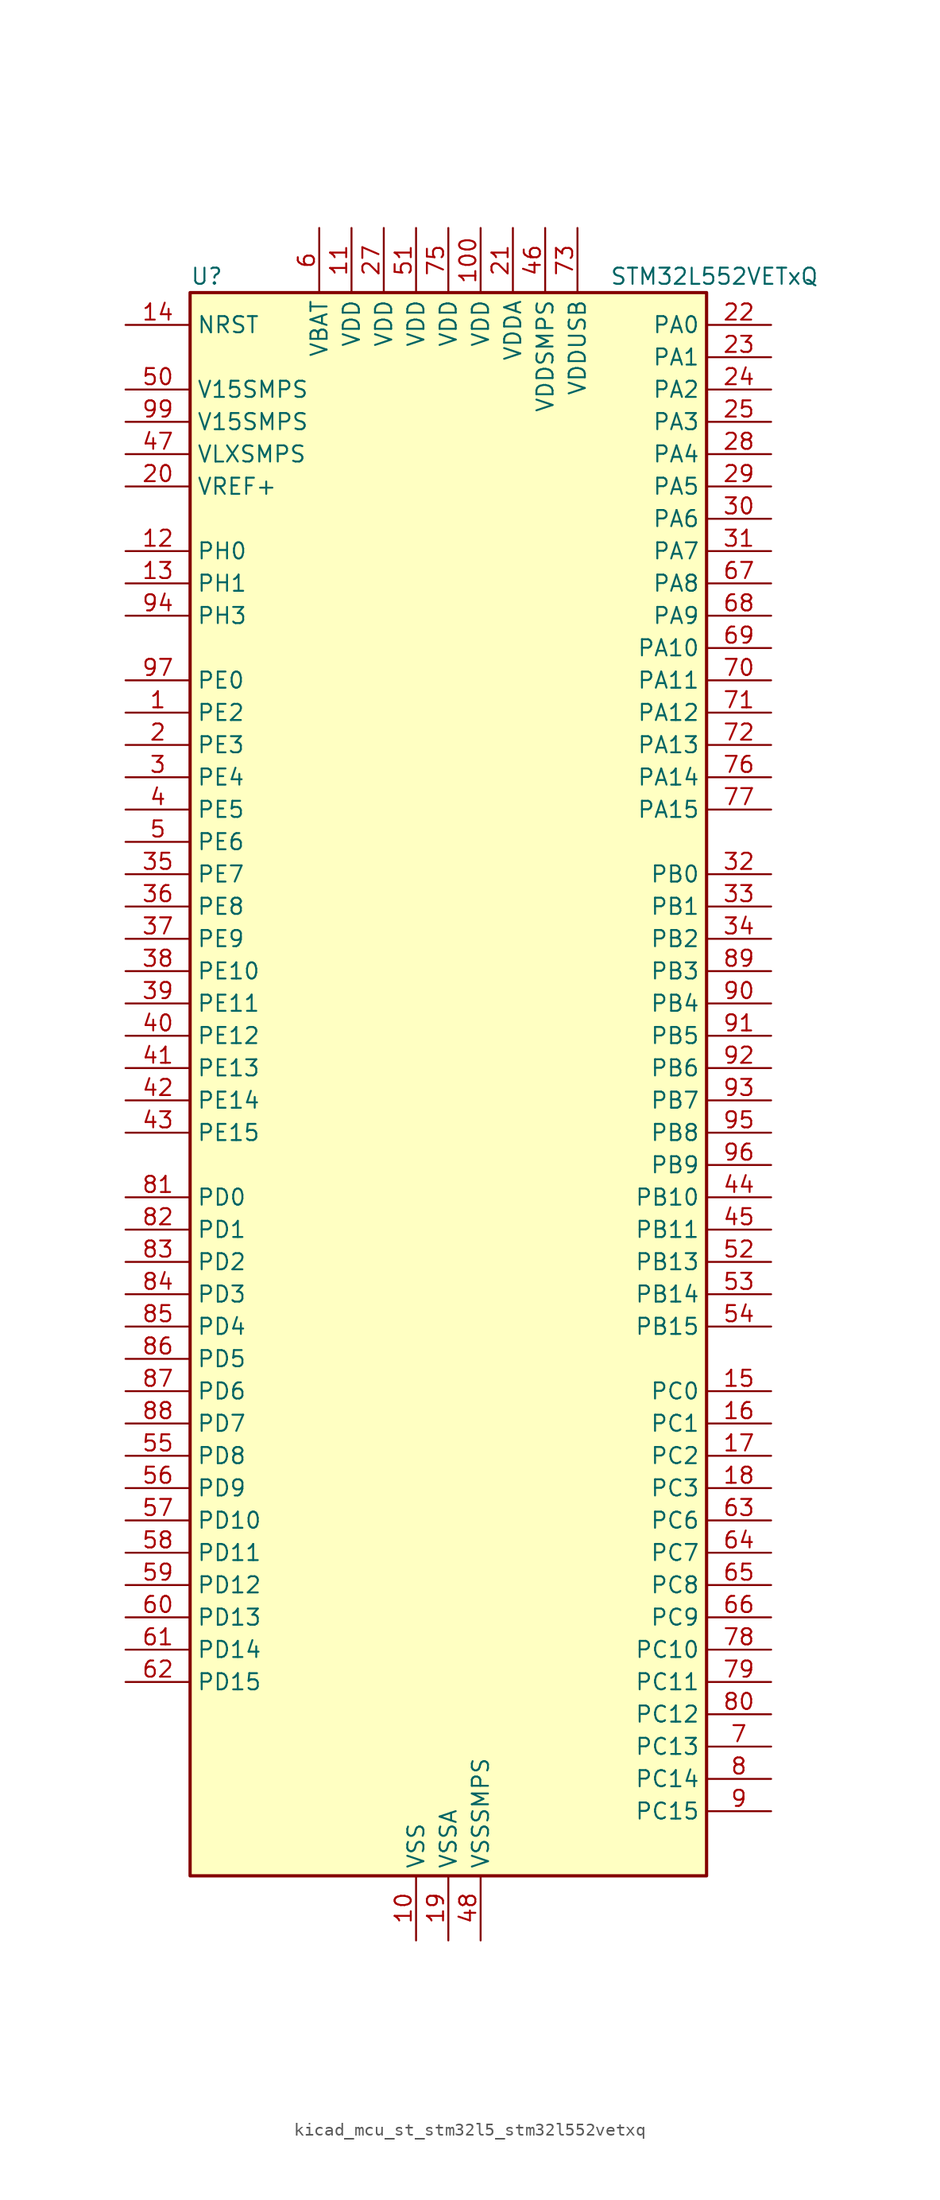
<source format=kicad_sym>
(kicad_symbol_lib
  (version 20220914)
  (generator kicad_symbol_editor)
  (symbol "kicad_mcu_st_stm32l5_stm32l552vetxq"
    (property "Reference" "U"
      (at -20.32 64.77 0)
      (effects (font (size 1.27 1.27)) (justify left)))
    (property "Value" "STM32L552VETxQ"
      (at 12.7 64.77 0)
      (effects (font (size 1.27 1.27)) (justify left)))
    (property "ki_locked" ""
      (at 0 0 0)
      (effects (font (size 1.27 1.27))))
    (symbol "kicad_mcu_st_stm32l5_stm32l552vetxq_0_1"
      (rectangle (start -20.32 -60.96) (end 20.32 63.5) (stroke (width 0.254) (type default)) (fill (type background))))
    (symbol "kicad_mcu_st_stm32l5_stm32l552vetxq_1_1"
      (pin bidirectional line (at -25.4 30.48 0) (length 5.08) (name "PE2" (effects (font (size 1.27 1.27)))) (number "1" (effects (font (size 1.27 1.27)))) (alternate "DEBUG_TRACECLK" bidirectional line) (alternate "FMC_A23" bidirectional line) (alternate "SAI1_CK1" bidirectional line) (alternate "SAI1_MCLK_A" bidirectional line) (alternate "TIM3_ETR" bidirectional line) (alternate "TSC_G7_IO1" bidirectional line))
      (pin power_in line (at -2.54 -66.04 90) (length 5.08) (name "VSS" (effects (font (size 1.27 1.27)))) (number "10" (effects (font (size 1.27 1.27)))))
      (pin power_in line (at 2.54 68.58 270) (length 5.08) (name "VDD" (effects (font (size 1.27 1.27)))) (number "100" (effects (font (size 1.27 1.27)))))
      (pin power_in line (at -7.62 68.58 270) (length 5.08) (name "VDD" (effects (font (size 1.27 1.27)))) (number "11" (effects (font (size 1.27 1.27)))))
      (pin bidirectional line (at -25.4 43.18 0) (length 5.08) (name "PH0" (effects (font (size 1.27 1.27)))) (number "12" (effects (font (size 1.27 1.27)))) (alternate "RCC_OSC_IN" bidirectional line))
      (pin bidirectional line (at -25.4 40.64 0) (length 5.08) (name "PH1" (effects (font (size 1.27 1.27)))) (number "13" (effects (font (size 1.27 1.27)))) (alternate "RCC_OSC_OUT" bidirectional line))
      (pin input line (at -25.4 60.96 0) (length 5.08) (name "NRST" (effects (font (size 1.27 1.27)))) (number "14" (effects (font (size 1.27 1.27)))))
      (pin bidirectional line (at 25.4 -22.86 180) (length 5.08) (name "PC0" (effects (font (size 1.27 1.27)))) (number "15" (effects (font (size 1.27 1.27)))) (alternate "ADC1_IN1" bidirectional line) (alternate "ADC2_IN1" bidirectional line) (alternate "I2C3_SCL" bidirectional line) (alternate "LPTIM1_IN1" bidirectional line) (alternate "LPTIM2_IN1" bidirectional line) (alternate "LPUART1_RX" bidirectional line) (alternate "OCTOSPI1_IO7" bidirectional line) (alternate "SAI2_FS_A" bidirectional line) (alternate "SDMMC1_D5" bidirectional line))
      (pin bidirectional line (at 25.4 -25.4 180) (length 5.08) (name "PC1" (effects (font (size 1.27 1.27)))) (number "16" (effects (font (size 1.27 1.27)))) (alternate "ADC1_IN2" bidirectional line) (alternate "ADC2_IN2" bidirectional line) (alternate "DEBUG_TRACED0" bidirectional line) (alternate "I2C3_SDA" bidirectional line) (alternate "LPTIM1_OUT" bidirectional line) (alternate "LPUART1_TX" bidirectional line) (alternate "OCTOSPI1_IO4" bidirectional line) (alternate "SAI1_SD_A" bidirectional line) (alternate "SPI2_MOSI" bidirectional line))
      (pin bidirectional line (at 25.4 -27.94 180) (length 5.08) (name "PC2" (effects (font (size 1.27 1.27)))) (number "17" (effects (font (size 1.27 1.27)))) (alternate "ADC1_IN3" bidirectional line) (alternate "ADC2_IN3" bidirectional line) (alternate "DFSDM1_CKOUT" bidirectional line) (alternate "LPTIM1_IN2" bidirectional line) (alternate "OCTOSPI1_IO5" bidirectional line) (alternate "SPI2_MISO" bidirectional line))
      (pin bidirectional line (at 25.4 -30.48 180) (length 5.08) (name "PC3" (effects (font (size 1.27 1.27)))) (number "18" (effects (font (size 1.27 1.27)))) (alternate "ADC1_IN4" bidirectional line) (alternate "ADC2_IN4" bidirectional line) (alternate "LPTIM1_ETR" bidirectional line) (alternate "LPTIM2_ETR" bidirectional line) (alternate "LPTIM3_OUT" bidirectional line) (alternate "OCTOSPI1_IO6" bidirectional line) (alternate "SAI1_D1" bidirectional line) (alternate "SAI1_SD_A" bidirectional line) (alternate "SPI2_MOSI" bidirectional line))
      (pin power_in line (at 0 -66.04 90) (length 5.08) (name "VSSA" (effects (font (size 1.27 1.27)))) (number "19" (effects (font (size 1.27 1.27)))))
      (pin bidirectional line (at -25.4 27.94 0) (length 5.08) (name "PE3" (effects (font (size 1.27 1.27)))) (number "2" (effects (font (size 1.27 1.27)))) (alternate "DEBUG_TRACED0" bidirectional line) (alternate "FMC_A19" bidirectional line) (alternate "OCTOSPI1_DQS" bidirectional line) (alternate "SAI1_SD_B" bidirectional line) (alternate "TIM3_CH1" bidirectional line) (alternate "TSC_G7_IO2" bidirectional line))
      (pin input line (at -25.4 48.26 0) (length 5.08) (name "VREF+" (effects (font (size 1.27 1.27)))) (number "20" (effects (font (size 1.27 1.27)))))
      (pin power_in line (at 5.08 68.58 270) (length 5.08) (name "VDDA" (effects (font (size 1.27 1.27)))) (number "21" (effects (font (size 1.27 1.27)))))
      (pin bidirectional line (at 25.4 60.96 180) (length 5.08) (name "PA0" (effects (font (size 1.27 1.27)))) (number "22" (effects (font (size 1.27 1.27)))) (alternate "ADC1_IN5" bidirectional line) (alternate "ADC2_IN5" bidirectional line) (alternate "OPAMP1_VINP" bidirectional line) (alternate "PWR_WKUP1" bidirectional line) (alternate "SAI1_EXTCLK" bidirectional line) (alternate "TAMP_IN2" bidirectional line) (alternate "TAMP_OUT1" bidirectional line) (alternate "TIM2_CH1" bidirectional line) (alternate "TIM2_ETR" bidirectional line) (alternate "TIM5_CH1" bidirectional line) (alternate "TIM8_ETR" bidirectional line) (alternate "UART4_TX" bidirectional line) (alternate "USART2_CTS" bidirectional line) (alternate "USART2_NSS" bidirectional line))
      (pin bidirectional line (at 25.4 58.42 180) (length 5.08) (name "PA1" (effects (font (size 1.27 1.27)))) (number "23" (effects (font (size 1.27 1.27)))) (alternate "ADC1_IN6" bidirectional line) (alternate "ADC2_IN6" bidirectional line) (alternate "I2C1_SMBA" bidirectional line) (alternate "OCTOSPI1_DQS" bidirectional line) (alternate "OPAMP1_VINM" bidirectional line) (alternate "SPI1_SCK" bidirectional line) (alternate "TAMP_IN5" bidirectional line) (alternate "TAMP_OUT4" bidirectional line) (alternate "TIM15_CH1N" bidirectional line) (alternate "TIM2_CH2" bidirectional line) (alternate "TIM5_CH2" bidirectional line) (alternate "UART4_RX" bidirectional line) (alternate "USART2_DE" bidirectional line) (alternate "USART2_RTS" bidirectional line))
      (pin bidirectional line (at 25.4 55.88 180) (length 5.08) (name "PA2" (effects (font (size 1.27 1.27)))) (number "24" (effects (font (size 1.27 1.27)))) (alternate "ADC1_IN7" bidirectional line) (alternate "ADC2_IN7" bidirectional line) (alternate "COMP1_INP" bidirectional line) (alternate "LPUART1_TX" bidirectional line) (alternate "OCTOSPI1_NCS" bidirectional line) (alternate "PWR_WKUP4" bidirectional line) (alternate "RCC_LSCO" bidirectional line) (alternate "SAI2_EXTCLK" bidirectional line) (alternate "TIM15_CH1" bidirectional line) (alternate "TIM2_CH3" bidirectional line) (alternate "TIM5_CH3" bidirectional line) (alternate "UCPD1_FRSTX1" bidirectional line) (alternate "USART2_TX" bidirectional line))
      (pin bidirectional line (at 25.4 53.34 180) (length 5.08) (name "PA3" (effects (font (size 1.27 1.27)))) (number "25" (effects (font (size 1.27 1.27)))) (alternate "ADC1_IN8" bidirectional line) (alternate "ADC2_IN8" bidirectional line) (alternate "LPUART1_RX" bidirectional line) (alternate "OCTOSPI1_CLK" bidirectional line) (alternate "OPAMP1_VOUT" bidirectional line) (alternate "SAI1_CK1" bidirectional line) (alternate "SAI1_MCLK_A" bidirectional line) (alternate "TIM15_CH2" bidirectional line) (alternate "TIM2_CH4" bidirectional line) (alternate "TIM5_CH4" bidirectional line) (alternate "USART2_RX" bidirectional line))
      (pin passive line (at -2.54 -66.04 90) (length 5.08) hide (name "VSS" (effects (font (size 1.27 1.27)))) (number "26" (effects (font (size 1.27 1.27)))))
      (pin power_in line (at -5.08 68.58 270) (length 5.08) (name "VDD" (effects (font (size 1.27 1.27)))) (number "27" (effects (font (size 1.27 1.27)))))
      (pin bidirectional line (at 25.4 50.8 180) (length 5.08) (name "PA4" (effects (font (size 1.27 1.27)))) (number "28" (effects (font (size 1.27 1.27)))) (alternate "ADC1_IN9" bidirectional line) (alternate "ADC2_IN9" bidirectional line) (alternate "DAC1_OUT1" bidirectional line) (alternate "LPTIM2_OUT" bidirectional line) (alternate "OCTOSPI1_NCS" bidirectional line) (alternate "SAI1_FS_B" bidirectional line) (alternate "SPI1_NSS" bidirectional line) (alternate "SPI3_NSS" bidirectional line) (alternate "USART2_CK" bidirectional line))
      (pin bidirectional line (at 25.4 48.26 180) (length 5.08) (name "PA5" (effects (font (size 1.27 1.27)))) (number "29" (effects (font (size 1.27 1.27)))) (alternate "ADC1_IN10" bidirectional line) (alternate "ADC2_IN10" bidirectional line) (alternate "DAC1_OUT2" bidirectional line) (alternate "LPTIM2_ETR" bidirectional line) (alternate "SPI1_SCK" bidirectional line) (alternate "TIM2_CH1" bidirectional line) (alternate "TIM2_ETR" bidirectional line) (alternate "TIM8_CH1N" bidirectional line))
      (pin bidirectional line (at -25.4 25.4 0) (length 5.08) (name "PE4" (effects (font (size 1.27 1.27)))) (number "3" (effects (font (size 1.27 1.27)))) (alternate "DEBUG_TRACED1" bidirectional line) (alternate "DFSDM1_DATIN3" bidirectional line) (alternate "FMC_A20" bidirectional line) (alternate "SAI1_D2" bidirectional line) (alternate "SAI1_FS_A" bidirectional line) (alternate "TIM3_CH2" bidirectional line) (alternate "TSC_G7_IO3" bidirectional line))
      (pin bidirectional line (at 25.4 45.72 180) (length 5.08) (name "PA6" (effects (font (size 1.27 1.27)))) (number "30" (effects (font (size 1.27 1.27)))) (alternate "ADC1_IN11" bidirectional line) (alternate "ADC2_IN11" bidirectional line) (alternate "LPUART1_CTS" bidirectional line) (alternate "OCTOSPI1_IO3" bidirectional line) (alternate "OPAMP2_VINP" bidirectional line) (alternate "SPI1_MISO" bidirectional line) (alternate "TIM16_CH1" bidirectional line) (alternate "TIM1_BKIN" bidirectional line) (alternate "TIM3_CH1" bidirectional line) (alternate "TIM8_BKIN" bidirectional line) (alternate "USART3_CTS" bidirectional line) (alternate "USART3_NSS" bidirectional line))
      (pin bidirectional line (at 25.4 43.18 180) (length 5.08) (name "PA7" (effects (font (size 1.27 1.27)))) (number "31" (effects (font (size 1.27 1.27)))) (alternate "ADC1_IN12" bidirectional line) (alternate "ADC2_IN12" bidirectional line) (alternate "I2C3_SCL" bidirectional line) (alternate "OCTOSPI1_IO2" bidirectional line) (alternate "OPAMP2_VINM" bidirectional line) (alternate "SPI1_MOSI" bidirectional line) (alternate "TIM17_CH1" bidirectional line) (alternate "TIM1_CH1N" bidirectional line) (alternate "TIM3_CH2" bidirectional line) (alternate "TIM8_CH1N" bidirectional line))
      (pin bidirectional line (at 25.4 17.78 180) (length 5.08) (name "PB0" (effects (font (size 1.27 1.27)))) (number "32" (effects (font (size 1.27 1.27)))) (alternate "ADC1_IN15" bidirectional line) (alternate "ADC2_IN15" bidirectional line) (alternate "COMP1_OUT" bidirectional line) (alternate "OCTOSPI1_IO1" bidirectional line) (alternate "OPAMP2_VOUT" bidirectional line) (alternate "SAI1_EXTCLK" bidirectional line) (alternate "SPI1_NSS" bidirectional line) (alternate "TIM1_CH2N" bidirectional line) (alternate "TIM3_CH3" bidirectional line) (alternate "TIM8_CH2N" bidirectional line) (alternate "USART3_CK" bidirectional line))
      (pin bidirectional line (at 25.4 15.24 180) (length 5.08) (name "PB1" (effects (font (size 1.27 1.27)))) (number "33" (effects (font (size 1.27 1.27)))) (alternate "ADC1_IN16" bidirectional line) (alternate "ADC2_IN16" bidirectional line) (alternate "COMP1_INM" bidirectional line) (alternate "DFSDM1_DATIN0" bidirectional line) (alternate "LPTIM2_IN1" bidirectional line) (alternate "LPUART1_DE" bidirectional line) (alternate "LPUART1_RTS" bidirectional line) (alternate "OCTOSPI1_IO0" bidirectional line) (alternate "TIM1_CH3N" bidirectional line) (alternate "TIM3_CH4" bidirectional line) (alternate "TIM8_CH3N" bidirectional line) (alternate "USART3_DE" bidirectional line) (alternate "USART3_RTS" bidirectional line))
      (pin bidirectional line (at 25.4 12.7 180) (length 5.08) (name "PB2" (effects (font (size 1.27 1.27)))) (number "34" (effects (font (size 1.27 1.27)))) (alternate "COMP1_INP" bidirectional line) (alternate "DFSDM1_CKIN0" bidirectional line) (alternate "I2C3_SMBA" bidirectional line) (alternate "LPTIM1_OUT" bidirectional line) (alternate "OCTOSPI1_DQS" bidirectional line) (alternate "RTC_OUT2" bidirectional line) (alternate "UCPD1_FRSTX1" bidirectional line))
      (pin bidirectional line (at -25.4 17.78 0) (length 5.08) (name "PE7" (effects (font (size 1.27 1.27)))) (number "35" (effects (font (size 1.27 1.27)))) (alternate "DFSDM1_DATIN2" bidirectional line) (alternate "FMC_D4" bidirectional line) (alternate "FMC_DA4" bidirectional line) (alternate "SAI1_SD_B" bidirectional line) (alternate "TIM1_ETR" bidirectional line))
      (pin bidirectional line (at -25.4 15.24 0) (length 5.08) (name "PE8" (effects (font (size 1.27 1.27)))) (number "36" (effects (font (size 1.27 1.27)))) (alternate "DFSDM1_CKIN2" bidirectional line) (alternate "FMC_D5" bidirectional line) (alternate "FMC_DA5" bidirectional line) (alternate "SAI1_SCK_B" bidirectional line) (alternate "TIM1_CH1N" bidirectional line))
      (pin bidirectional line (at -25.4 12.7 0) (length 5.08) (name "PE9" (effects (font (size 1.27 1.27)))) (number "37" (effects (font (size 1.27 1.27)))) (alternate "DAC1_EXTI9" bidirectional line) (alternate "DFSDM1_CKOUT" bidirectional line) (alternate "FMC_D6" bidirectional line) (alternate "FMC_DA6" bidirectional line) (alternate "OCTOSPI1_NCLK" bidirectional line) (alternate "SAI1_FS_B" bidirectional line) (alternate "TIM1_CH1" bidirectional line))
      (pin bidirectional line (at -25.4 10.16 0) (length 5.08) (name "PE10" (effects (font (size 1.27 1.27)))) (number "38" (effects (font (size 1.27 1.27)))) (alternate "FMC_D7" bidirectional line) (alternate "FMC_DA7" bidirectional line) (alternate "OCTOSPI1_CLK" bidirectional line) (alternate "SAI1_MCLK_B" bidirectional line) (alternate "TIM1_CH2N" bidirectional line) (alternate "TSC_G5_IO1" bidirectional line))
      (pin bidirectional line (at -25.4 7.62 0) (length 5.08) (name "PE11" (effects (font (size 1.27 1.27)))) (number "39" (effects (font (size 1.27 1.27)))) (alternate "ADC1_EXTI11" bidirectional line) (alternate "ADC2_EXTI11" bidirectional line) (alternate "FMC_D8" bidirectional line) (alternate "FMC_DA8" bidirectional line) (alternate "OCTOSPI1_NCS" bidirectional line) (alternate "TIM1_CH2" bidirectional line) (alternate "TSC_G5_IO2" bidirectional line))
      (pin bidirectional line (at -25.4 22.86 0) (length 5.08) (name "PE5" (effects (font (size 1.27 1.27)))) (number "4" (effects (font (size 1.27 1.27)))) (alternate "DEBUG_TRACED2" bidirectional line) (alternate "DFSDM1_CKIN3" bidirectional line) (alternate "FMC_A21" bidirectional line) (alternate "SAI1_CK2" bidirectional line) (alternate "SAI1_SCK_A" bidirectional line) (alternate "TIM3_CH3" bidirectional line) (alternate "TSC_G7_IO4" bidirectional line))
      (pin bidirectional line (at -25.4 5.08 0) (length 5.08) (name "PE12" (effects (font (size 1.27 1.27)))) (number "40" (effects (font (size 1.27 1.27)))) (alternate "FMC_D9" bidirectional line) (alternate "FMC_DA9" bidirectional line) (alternate "OCTOSPI1_IO0" bidirectional line) (alternate "SPI1_NSS" bidirectional line) (alternate "TIM1_CH3N" bidirectional line) (alternate "TSC_G5_IO3" bidirectional line))
      (pin bidirectional line (at -25.4 2.54 0) (length 5.08) (name "PE13" (effects (font (size 1.27 1.27)))) (number "41" (effects (font (size 1.27 1.27)))) (alternate "FMC_D10" bidirectional line) (alternate "FMC_DA10" bidirectional line) (alternate "OCTOSPI1_IO1" bidirectional line) (alternate "SPI1_SCK" bidirectional line) (alternate "TIM1_CH3" bidirectional line) (alternate "TSC_G5_IO4" bidirectional line))
      (pin bidirectional line (at -25.4 0 0) (length 5.08) (name "PE14" (effects (font (size 1.27 1.27)))) (number "42" (effects (font (size 1.27 1.27)))) (alternate "FMC_D11" bidirectional line) (alternate "FMC_DA11" bidirectional line) (alternate "OCTOSPI1_IO2" bidirectional line) (alternate "SPI1_MISO" bidirectional line) (alternate "TIM1_BKIN2" bidirectional line) (alternate "TIM1_CH4" bidirectional line))
      (pin bidirectional line (at -25.4 -2.54 0) (length 5.08) (name "PE15" (effects (font (size 1.27 1.27)))) (number "43" (effects (font (size 1.27 1.27)))) (alternate "ADC1_EXTI15" bidirectional line) (alternate "ADC2_EXTI15" bidirectional line) (alternate "FMC_D12" bidirectional line) (alternate "FMC_DA12" bidirectional line) (alternate "OCTOSPI1_IO3" bidirectional line) (alternate "SPI1_MOSI" bidirectional line) (alternate "TIM1_BKIN" bidirectional line))
      (pin bidirectional line (at 25.4 -7.62 180) (length 5.08) (name "PB10" (effects (font (size 1.27 1.27)))) (number "44" (effects (font (size 1.27 1.27)))) (alternate "COMP1_OUT" bidirectional line) (alternate "I2C2_SCL" bidirectional line) (alternate "I2C4_SCL" bidirectional line) (alternate "LPTIM3_OUT" bidirectional line) (alternate "LPUART1_RX" bidirectional line) (alternate "OCTOSPI1_CLK" bidirectional line) (alternate "SAI1_SCK_A" bidirectional line) (alternate "SPI2_SCK" bidirectional line) (alternate "TIM2_CH3" bidirectional line) (alternate "TSC_SYNC" bidirectional line) (alternate "USART3_TX" bidirectional line))
      (pin bidirectional line (at 25.4 -10.16 180) (length 5.08) (name "PB11" (effects (font (size 1.27 1.27)))) (number "45" (effects (font (size 1.27 1.27)))) (alternate "ADC1_EXTI11" bidirectional line) (alternate "ADC2_EXTI11" bidirectional line) (alternate "COMP2_OUT" bidirectional line) (alternate "I2C2_SDA" bidirectional line) (alternate "I2C4_SDA" bidirectional line) (alternate "LPUART1_TX" bidirectional line) (alternate "OCTOSPI1_NCS" bidirectional line) (alternate "TIM2_CH4" bidirectional line) (alternate "USART3_RX" bidirectional line))
      (pin power_in line (at 7.62 68.58 270) (length 5.08) (name "VDDSMPS" (effects (font (size 1.27 1.27)))) (number "46" (effects (font (size 1.27 1.27)))))
      (pin power_in line (at -25.4 50.8 0) (length 5.08) (name "VLXSMPS" (effects (font (size 1.27 1.27)))) (number "47" (effects (font (size 1.27 1.27)))))
      (pin power_in line (at 2.54 -66.04 90) (length 5.08) (name "VSSSMPS" (effects (font (size 1.27 1.27)))) (number "48" (effects (font (size 1.27 1.27)))))
      (pin passive line (at -2.54 -66.04 90) (length 5.08) hide (name "VSS" (effects (font (size 1.27 1.27)))) (number "49" (effects (font (size 1.27 1.27)))))
      (pin bidirectional line (at -25.4 20.32 0) (length 5.08) (name "PE6" (effects (font (size 1.27 1.27)))) (number "5" (effects (font (size 1.27 1.27)))) (alternate "DEBUG_TRACED3" bidirectional line) (alternate "FMC_A22" bidirectional line) (alternate "PWR_WKUP3" bidirectional line) (alternate "SAI1_D1" bidirectional line) (alternate "SAI1_SD_A" bidirectional line) (alternate "TAMP_IN3" bidirectional line) (alternate "TAMP_OUT6" bidirectional line) (alternate "TIM3_CH4" bidirectional line))
      (pin power_in line (at -25.4 55.88 0) (length 5.08) (name "V15SMPS" (effects (font (size 1.27 1.27)))) (number "50" (effects (font (size 1.27 1.27)))))
      (pin power_in line (at -2.54 68.58 270) (length 5.08) (name "VDD" (effects (font (size 1.27 1.27)))) (number "51" (effects (font (size 1.27 1.27)))))
      (pin bidirectional line (at 25.4 -12.7 180) (length 5.08) (name "PB13" (effects (font (size 1.27 1.27)))) (number "52" (effects (font (size 1.27 1.27)))) (alternate "DFSDM1_CKIN1" bidirectional line) (alternate "I2C2_SCL" bidirectional line) (alternate "LPTIM3_IN1" bidirectional line) (alternate "LPUART1_CTS" bidirectional line) (alternate "SAI2_SCK_A" bidirectional line) (alternate "SPI2_SCK" bidirectional line) (alternate "TIM15_CH1N" bidirectional line) (alternate "TIM1_CH1N" bidirectional line) (alternate "TSC_G1_IO2" bidirectional line) (alternate "UCPD1_FRSTX2" bidirectional line) (alternate "USART3_CTS" bidirectional line) (alternate "USART3_NSS" bidirectional line))
      (pin bidirectional line (at 25.4 -15.24 180) (length 5.08) (name "PB14" (effects (font (size 1.27 1.27)))) (number "53" (effects (font (size 1.27 1.27)))) (alternate "DFSDM1_DATIN2" bidirectional line) (alternate "I2C2_SDA" bidirectional line) (alternate "LPTIM3_ETR" bidirectional line) (alternate "SAI2_MCLK_A" bidirectional line) (alternate "SPI2_MISO" bidirectional line) (alternate "TIM15_CH1" bidirectional line) (alternate "TIM1_CH2N" bidirectional line) (alternate "TIM8_CH2N" bidirectional line) (alternate "TSC_G1_IO3" bidirectional line) (alternate "UCPD1_DBCC2" bidirectional line) (alternate "USART3_DE" bidirectional line) (alternate "USART3_RTS" bidirectional line))
      (pin bidirectional line (at 25.4 -17.78 180) (length 5.08) (name "PB15" (effects (font (size 1.27 1.27)))) (number "54" (effects (font (size 1.27 1.27)))) (alternate "ADC1_EXTI15" bidirectional line) (alternate "ADC2_EXTI15" bidirectional line) (alternate "DFSDM1_CKIN2" bidirectional line) (alternate "RTC_REFIN" bidirectional line) (alternate "SAI2_SD_A" bidirectional line) (alternate "SPI2_MOSI" bidirectional line) (alternate "TIM15_CH2" bidirectional line) (alternate "TIM1_CH3N" bidirectional line) (alternate "TIM8_CH3N" bidirectional line) (alternate "UCPD1_CC2" bidirectional line))
      (pin bidirectional line (at -25.4 -27.94 0) (length 5.08) (name "PD8" (effects (font (size 1.27 1.27)))) (number "55" (effects (font (size 1.27 1.27)))) (alternate "FMC_D13" bidirectional line) (alternate "FMC_DA13" bidirectional line) (alternate "USART3_TX" bidirectional line))
      (pin bidirectional line (at -25.4 -30.48 0) (length 5.08) (name "PD9" (effects (font (size 1.27 1.27)))) (number "56" (effects (font (size 1.27 1.27)))) (alternate "DAC1_EXTI9" bidirectional line) (alternate "FMC_D14" bidirectional line) (alternate "FMC_DA14" bidirectional line) (alternate "SAI2_MCLK_A" bidirectional line) (alternate "USART3_RX" bidirectional line))
      (pin bidirectional line (at -25.4 -33.02 0) (length 5.08) (name "PD10" (effects (font (size 1.27 1.27)))) (number "57" (effects (font (size 1.27 1.27)))) (alternate "FMC_D15" bidirectional line) (alternate "FMC_DA15" bidirectional line) (alternate "SAI2_SCK_A" bidirectional line) (alternate "TSC_G6_IO1" bidirectional line) (alternate "USART3_CK" bidirectional line))
      (pin bidirectional line (at -25.4 -35.56 0) (length 5.08) (name "PD11" (effects (font (size 1.27 1.27)))) (number "58" (effects (font (size 1.27 1.27)))) (alternate "ADC1_EXTI11" bidirectional line) (alternate "ADC2_EXTI11" bidirectional line) (alternate "FMC_A16" bidirectional line) (alternate "FMC_CLE" bidirectional line) (alternate "I2C4_SMBA" bidirectional line) (alternate "LPTIM2_ETR" bidirectional line) (alternate "SAI2_SD_A" bidirectional line) (alternate "TSC_G6_IO2" bidirectional line) (alternate "USART3_CTS" bidirectional line) (alternate "USART3_NSS" bidirectional line))
      (pin bidirectional line (at -25.4 -38.1 0) (length 5.08) (name "PD12" (effects (font (size 1.27 1.27)))) (number "59" (effects (font (size 1.27 1.27)))) (alternate "FMC_A17" bidirectional line) (alternate "FMC_ALE" bidirectional line) (alternate "I2C4_SCL" bidirectional line) (alternate "LPTIM2_IN1" bidirectional line) (alternate "SAI2_FS_A" bidirectional line) (alternate "TIM4_CH1" bidirectional line) (alternate "TSC_G6_IO3" bidirectional line) (alternate "USART3_DE" bidirectional line) (alternate "USART3_RTS" bidirectional line))
      (pin power_in line (at -10.16 68.58 270) (length 5.08) (name "VBAT" (effects (font (size 1.27 1.27)))) (number "6" (effects (font (size 1.27 1.27)))))
      (pin bidirectional line (at -25.4 -40.64 0) (length 5.08) (name "PD13" (effects (font (size 1.27 1.27)))) (number "60" (effects (font (size 1.27 1.27)))) (alternate "FMC_A18" bidirectional line) (alternate "I2C4_SDA" bidirectional line) (alternate "LPTIM2_OUT" bidirectional line) (alternate "TIM4_CH2" bidirectional line) (alternate "TSC_G6_IO4" bidirectional line))
      (pin bidirectional line (at -25.4 -43.18 0) (length 5.08) (name "PD14" (effects (font (size 1.27 1.27)))) (number "61" (effects (font (size 1.27 1.27)))) (alternate "FMC_D0" bidirectional line) (alternate "FMC_DA0" bidirectional line) (alternate "TIM4_CH3" bidirectional line))
      (pin bidirectional line (at -25.4 -45.72 0) (length 5.08) (name "PD15" (effects (font (size 1.27 1.27)))) (number "62" (effects (font (size 1.27 1.27)))) (alternate "ADC1_EXTI15" bidirectional line) (alternate "ADC2_EXTI15" bidirectional line) (alternate "FMC_D1" bidirectional line) (alternate "FMC_DA1" bidirectional line) (alternate "TIM4_CH4" bidirectional line))
      (pin bidirectional line (at 25.4 -33.02 180) (length 5.08) (name "PC6" (effects (font (size 1.27 1.27)))) (number "63" (effects (font (size 1.27 1.27)))) (alternate "DFSDM1_CKIN3" bidirectional line) (alternate "SAI2_MCLK_A" bidirectional line) (alternate "SDMMC1_D0DIR" bidirectional line) (alternate "SDMMC1_D6" bidirectional line) (alternate "TIM3_CH1" bidirectional line) (alternate "TIM8_CH1" bidirectional line) (alternate "TSC_G4_IO1" bidirectional line))
      (pin bidirectional line (at 25.4 -35.56 180) (length 5.08) (name "PC7" (effects (font (size 1.27 1.27)))) (number "64" (effects (font (size 1.27 1.27)))) (alternate "DFSDM1_DATIN3" bidirectional line) (alternate "SAI2_MCLK_B" bidirectional line) (alternate "SDMMC1_D123DIR" bidirectional line) (alternate "SDMMC1_D7" bidirectional line) (alternate "TIM3_CH2" bidirectional line) (alternate "TIM8_CH2" bidirectional line) (alternate "TSC_G4_IO2" bidirectional line))
      (pin bidirectional line (at 25.4 -38.1 180) (length 5.08) (name "PC8" (effects (font (size 1.27 1.27)))) (number "65" (effects (font (size 1.27 1.27)))) (alternate "SDMMC1_D0" bidirectional line) (alternate "TIM3_CH3" bidirectional line) (alternate "TIM8_CH3" bidirectional line) (alternate "TSC_G4_IO3" bidirectional line))
      (pin bidirectional line (at 25.4 -40.64 180) (length 5.08) (name "PC9" (effects (font (size 1.27 1.27)))) (number "66" (effects (font (size 1.27 1.27)))) (alternate "DAC1_EXTI9" bidirectional line) (alternate "DEBUG_TRACED0" bidirectional line) (alternate "SAI2_EXTCLK" bidirectional line) (alternate "SDMMC1_D1" bidirectional line) (alternate "TIM3_CH4" bidirectional line) (alternate "TIM8_BKIN2" bidirectional line) (alternate "TIM8_CH4" bidirectional line) (alternate "TSC_G4_IO4" bidirectional line) (alternate "USB_NOE" bidirectional line))
      (pin bidirectional line (at 25.4 40.64 180) (length 5.08) (name "PA8" (effects (font (size 1.27 1.27)))) (number "67" (effects (font (size 1.27 1.27)))) (alternate "LPTIM2_OUT" bidirectional line) (alternate "RCC_MCO" bidirectional line) (alternate "SAI1_CK2" bidirectional line) (alternate "SAI1_SCK_A" bidirectional line) (alternate "TIM1_CH1" bidirectional line) (alternate "USART1_CK" bidirectional line))
      (pin bidirectional line (at 25.4 38.1 180) (length 5.08) (name "PA9" (effects (font (size 1.27 1.27)))) (number "68" (effects (font (size 1.27 1.27)))) (alternate "DAC1_EXTI9" bidirectional line) (alternate "SAI1_FS_A" bidirectional line) (alternate "SPI2_SCK" bidirectional line) (alternate "TIM15_BKIN" bidirectional line) (alternate "TIM1_CH2" bidirectional line) (alternate "USART1_TX" bidirectional line))
      (pin bidirectional line (at 25.4 35.56 180) (length 5.08) (name "PA10" (effects (font (size 1.27 1.27)))) (number "69" (effects (font (size 1.27 1.27)))) (alternate "CRS_SYNC" bidirectional line) (alternate "SAI1_D1" bidirectional line) (alternate "SAI1_SD_A" bidirectional line) (alternate "TIM17_BKIN" bidirectional line) (alternate "TIM1_CH3" bidirectional line) (alternate "USART1_RX" bidirectional line))
      (pin bidirectional line (at 25.4 -50.8 180) (length 5.08) (name "PC13" (effects (font (size 1.27 1.27)))) (number "7" (effects (font (size 1.27 1.27)))) (alternate "PWR_WKUP2" bidirectional line) (alternate "RTC_OUT1" bidirectional line) (alternate "RTC_TS" bidirectional line) (alternate "TAMP_IN1" bidirectional line) (alternate "TAMP_OUT2" bidirectional line))
      (pin bidirectional line (at 25.4 33.02 180) (length 5.08) (name "PA11" (effects (font (size 1.27 1.27)))) (number "70" (effects (font (size 1.27 1.27)))) (alternate "ADC1_EXTI11" bidirectional line) (alternate "ADC2_EXTI11" bidirectional line) (alternate "FDCAN1_RX" bidirectional line) (alternate "SPI1_MISO" bidirectional line) (alternate "TIM1_BKIN2" bidirectional line) (alternate "TIM1_CH4" bidirectional line) (alternate "USART1_CTS" bidirectional line) (alternate "USART1_NSS" bidirectional line) (alternate "USB_DM" bidirectional line))
      (pin bidirectional line (at 25.4 30.48 180) (length 5.08) (name "PA12" (effects (font (size 1.27 1.27)))) (number "71" (effects (font (size 1.27 1.27)))) (alternate "FDCAN1_TX" bidirectional line) (alternate "SPI1_MOSI" bidirectional line) (alternate "TIM1_ETR" bidirectional line) (alternate "USART1_DE" bidirectional line) (alternate "USART1_RTS" bidirectional line) (alternate "USB_DP" bidirectional line))
      (pin bidirectional line (at 25.4 27.94 180) (length 5.08) (name "PA13" (effects (font (size 1.27 1.27)))) (number "72" (effects (font (size 1.27 1.27)))) (alternate "DEBUG_JTMS-SWDIO" bidirectional line) (alternate "IR_OUT" bidirectional line) (alternate "SAI1_SD_B" bidirectional line) (alternate "USB_NOE" bidirectional line))
      (pin power_in line (at 10.16 68.58 270) (length 5.08) (name "VDDUSB" (effects (font (size 1.27 1.27)))) (number "73" (effects (font (size 1.27 1.27)))))
      (pin passive line (at -2.54 -66.04 90) (length 5.08) hide (name "VSS" (effects (font (size 1.27 1.27)))) (number "74" (effects (font (size 1.27 1.27)))))
      (pin power_in line (at 0 68.58 270) (length 5.08) (name "VDD" (effects (font (size 1.27 1.27)))) (number "75" (effects (font (size 1.27 1.27)))))
      (pin bidirectional line (at 25.4 25.4 180) (length 5.08) (name "PA14" (effects (font (size 1.27 1.27)))) (number "76" (effects (font (size 1.27 1.27)))) (alternate "DEBUG_JTCK-SWCLK" bidirectional line) (alternate "I2C1_SMBA" bidirectional line) (alternate "I2C4_SMBA" bidirectional line) (alternate "LPTIM1_OUT" bidirectional line) (alternate "SAI1_FS_B" bidirectional line))
      (pin bidirectional line (at 25.4 22.86 180) (length 5.08) (name "PA15" (effects (font (size 1.27 1.27)))) (number "77" (effects (font (size 1.27 1.27)))) (alternate "ADC1_EXTI15" bidirectional line) (alternate "ADC2_EXTI15" bidirectional line) (alternate "DEBUG_JTDI" bidirectional line) (alternate "SAI2_FS_B" bidirectional line) (alternate "SPI1_NSS" bidirectional line) (alternate "SPI3_NSS" bidirectional line) (alternate "TIM2_CH1" bidirectional line) (alternate "TIM2_ETR" bidirectional line) (alternate "UART4_DE" bidirectional line) (alternate "UART4_RTS" bidirectional line) (alternate "UCPD1_CC1" bidirectional line) (alternate "USART2_RX" bidirectional line) (alternate "USART3_DE" bidirectional line) (alternate "USART3_RTS" bidirectional line))
      (pin bidirectional line (at 25.4 -43.18 180) (length 5.08) (name "PC10" (effects (font (size 1.27 1.27)))) (number "78" (effects (font (size 1.27 1.27)))) (alternate "DEBUG_TRACED1" bidirectional line) (alternate "LPTIM3_ETR" bidirectional line) (alternate "SAI2_SCK_B" bidirectional line) (alternate "SDMMC1_D2" bidirectional line) (alternate "SPI3_SCK" bidirectional line) (alternate "TSC_G3_IO2" bidirectional line) (alternate "UART4_TX" bidirectional line) (alternate "USART3_TX" bidirectional line))
      (pin bidirectional line (at 25.4 -45.72 180) (length 5.08) (name "PC11" (effects (font (size 1.27 1.27)))) (number "79" (effects (font (size 1.27 1.27)))) (alternate "ADC1_EXTI11" bidirectional line) (alternate "ADC2_EXTI11" bidirectional line) (alternate "LPTIM3_IN1" bidirectional line) (alternate "OCTOSPI1_NCS" bidirectional line) (alternate "SAI2_MCLK_B" bidirectional line) (alternate "SDMMC1_D3" bidirectional line) (alternate "SPI3_MISO" bidirectional line) (alternate "TSC_G3_IO3" bidirectional line) (alternate "UART4_RX" bidirectional line) (alternate "UCPD1_FRSTX2" bidirectional line) (alternate "USART3_RX" bidirectional line))
      (pin bidirectional line (at 25.4 -53.34 180) (length 5.08) (name "PC14" (effects (font (size 1.27 1.27)))) (number "8" (effects (font (size 1.27 1.27)))) (alternate "RCC_OSC32_IN" bidirectional line))
      (pin bidirectional line (at 25.4 -48.26 180) (length 5.08) (name "PC12" (effects (font (size 1.27 1.27)))) (number "80" (effects (font (size 1.27 1.27)))) (alternate "DEBUG_TRACED3" bidirectional line) (alternate "SAI2_SD_B" bidirectional line) (alternate "SDMMC1_CK" bidirectional line) (alternate "SPI3_MOSI" bidirectional line) (alternate "TSC_G3_IO4" bidirectional line) (alternate "UART5_TX" bidirectional line) (alternate "USART3_CK" bidirectional line))
      (pin bidirectional line (at -25.4 -7.62 0) (length 5.08) (name "PD0" (effects (font (size 1.27 1.27)))) (number "81" (effects (font (size 1.27 1.27)))) (alternate "FDCAN1_RX" bidirectional line) (alternate "FMC_D2" bidirectional line) (alternate "FMC_DA2" bidirectional line) (alternate "SPI2_NSS" bidirectional line))
      (pin bidirectional line (at -25.4 -10.16 0) (length 5.08) (name "PD1" (effects (font (size 1.27 1.27)))) (number "82" (effects (font (size 1.27 1.27)))) (alternate "FDCAN1_TX" bidirectional line) (alternate "FMC_D3" bidirectional line) (alternate "FMC_DA3" bidirectional line) (alternate "SPI2_SCK" bidirectional line))
      (pin bidirectional line (at -25.4 -12.7 0) (length 5.08) (name "PD2" (effects (font (size 1.27 1.27)))) (number "83" (effects (font (size 1.27 1.27)))) (alternate "DEBUG_TRACED2" bidirectional line) (alternate "SDMMC1_CMD" bidirectional line) (alternate "TIM3_ETR" bidirectional line) (alternate "TSC_SYNC" bidirectional line) (alternate "UART5_RX" bidirectional line) (alternate "USART3_DE" bidirectional line) (alternate "USART3_RTS" bidirectional line))
      (pin bidirectional line (at -25.4 -15.24 0) (length 5.08) (name "PD3" (effects (font (size 1.27 1.27)))) (number "84" (effects (font (size 1.27 1.27)))) (alternate "DFSDM1_DATIN0" bidirectional line) (alternate "FMC_CLK" bidirectional line) (alternate "SPI2_MISO" bidirectional line) (alternate "SPI2_SCK" bidirectional line) (alternate "USART2_CTS" bidirectional line) (alternate "USART2_NSS" bidirectional line))
      (pin bidirectional line (at -25.4 -17.78 0) (length 5.08) (name "PD4" (effects (font (size 1.27 1.27)))) (number "85" (effects (font (size 1.27 1.27)))) (alternate "DFSDM1_CKIN0" bidirectional line) (alternate "FMC_NOE" bidirectional line) (alternate "OCTOSPI1_IO4" bidirectional line) (alternate "SPI2_MOSI" bidirectional line) (alternate "USART2_DE" bidirectional line) (alternate "USART2_RTS" bidirectional line))
      (pin bidirectional line (at -25.4 -20.32 0) (length 5.08) (name "PD5" (effects (font (size 1.27 1.27)))) (number "86" (effects (font (size 1.27 1.27)))) (alternate "FMC_NWE" bidirectional line) (alternate "OCTOSPI1_IO5" bidirectional line) (alternate "USART2_TX" bidirectional line))
      (pin bidirectional line (at -25.4 -22.86 0) (length 5.08) (name "PD6" (effects (font (size 1.27 1.27)))) (number "87" (effects (font (size 1.27 1.27)))) (alternate "DFSDM1_DATIN1" bidirectional line) (alternate "FMC_NWAIT" bidirectional line) (alternate "OCTOSPI1_IO6" bidirectional line) (alternate "SAI1_D1" bidirectional line) (alternate "SAI1_SD_A" bidirectional line) (alternate "SPI3_MOSI" bidirectional line) (alternate "USART2_RX" bidirectional line))
      (pin bidirectional line (at -25.4 -25.4 0) (length 5.08) (name "PD7" (effects (font (size 1.27 1.27)))) (number "88" (effects (font (size 1.27 1.27)))) (alternate "DFSDM1_CKIN1" bidirectional line) (alternate "FMC_NCE" bidirectional line) (alternate "FMC_NE1" bidirectional line) (alternate "OCTOSPI1_IO7" bidirectional line) (alternate "USART2_CK" bidirectional line))
      (pin bidirectional line (at 25.4 10.16 180) (length 5.08) (name "PB3" (effects (font (size 1.27 1.27)))) (number "89" (effects (font (size 1.27 1.27)))) (alternate "COMP2_INM" bidirectional line) (alternate "CRS_SYNC" bidirectional line) (alternate "DEBUG_JTDO-SWO" bidirectional line) (alternate "SAI1_SCK_B" bidirectional line) (alternate "SPI1_SCK" bidirectional line) (alternate "SPI3_SCK" bidirectional line) (alternate "TIM2_CH2" bidirectional line) (alternate "USART1_DE" bidirectional line) (alternate "USART1_RTS" bidirectional line))
      (pin bidirectional line (at 25.4 -55.88 180) (length 5.08) (name "PC15" (effects (font (size 1.27 1.27)))) (number "9" (effects (font (size 1.27 1.27)))) (alternate "ADC1_EXTI15" bidirectional line) (alternate "ADC2_EXTI15" bidirectional line) (alternate "RCC_OSC32_OUT" bidirectional line))
      (pin bidirectional line (at 25.4 7.62 180) (length 5.08) (name "PB4" (effects (font (size 1.27 1.27)))) (number "90" (effects (font (size 1.27 1.27)))) (alternate "COMP2_INP" bidirectional line) (alternate "DEBUG_JTRST" bidirectional line) (alternate "I2C3_SDA" bidirectional line) (alternate "SAI1_MCLK_B" bidirectional line) (alternate "SPI1_MISO" bidirectional line) (alternate "SPI3_MISO" bidirectional line) (alternate "TIM17_BKIN" bidirectional line) (alternate "TIM3_CH1" bidirectional line) (alternate "TSC_G2_IO1" bidirectional line) (alternate "UART5_DE" bidirectional line) (alternate "UART5_RTS" bidirectional line) (alternate "USART1_CTS" bidirectional line) (alternate "USART1_NSS" bidirectional line))
      (pin bidirectional line (at 25.4 5.08 180) (length 5.08) (name "PB5" (effects (font (size 1.27 1.27)))) (number "91" (effects (font (size 1.27 1.27)))) (alternate "COMP2_OUT" bidirectional line) (alternate "I2C1_SMBA" bidirectional line) (alternate "LPTIM1_IN1" bidirectional line) (alternate "OCTOSPI1_NCLK" bidirectional line) (alternate "SAI1_SD_B" bidirectional line) (alternate "SPI1_MOSI" bidirectional line) (alternate "SPI3_MOSI" bidirectional line) (alternate "TIM16_BKIN" bidirectional line) (alternate "TIM3_CH2" bidirectional line) (alternate "TSC_G2_IO2" bidirectional line) (alternate "UART5_CTS" bidirectional line) (alternate "UCPD1_DBCC1" bidirectional line) (alternate "USART1_CK" bidirectional line))
      (pin bidirectional line (at 25.4 2.54 180) (length 5.08) (name "PB6" (effects (font (size 1.27 1.27)))) (number "92" (effects (font (size 1.27 1.27)))) (alternate "COMP2_INP" bidirectional line) (alternate "I2C1_SCL" bidirectional line) (alternate "I2C4_SCL" bidirectional line) (alternate "LPTIM1_ETR" bidirectional line) (alternate "SAI1_FS_B" bidirectional line) (alternate "TIM16_CH1N" bidirectional line) (alternate "TIM4_CH1" bidirectional line) (alternate "TIM8_BKIN2" bidirectional line) (alternate "TSC_G2_IO3" bidirectional line) (alternate "USART1_TX" bidirectional line))
      (pin bidirectional line (at 25.4 0 180) (length 5.08) (name "PB7" (effects (font (size 1.27 1.27)))) (number "93" (effects (font (size 1.27 1.27)))) (alternate "COMP2_INM" bidirectional line) (alternate "FMC_NL" bidirectional line) (alternate "I2C1_SDA" bidirectional line) (alternate "I2C4_SDA" bidirectional line) (alternate "LPTIM1_IN2" bidirectional line) (alternate "PWR_PVD_IN" bidirectional line) (alternate "TIM17_CH1N" bidirectional line) (alternate "TIM4_CH2" bidirectional line) (alternate "TIM8_BKIN" bidirectional line) (alternate "TSC_G2_IO4" bidirectional line) (alternate "UART4_CTS" bidirectional line) (alternate "USART1_RX" bidirectional line))
      (pin bidirectional line (at -25.4 38.1 0) (length 5.08) (name "PH3" (effects (font (size 1.27 1.27)))) (number "94" (effects (font (size 1.27 1.27)))))
      (pin bidirectional line (at 25.4 -2.54 180) (length 5.08) (name "PB8" (effects (font (size 1.27 1.27)))) (number "95" (effects (font (size 1.27 1.27)))) (alternate "DFSDM1_CKOUT" bidirectional line) (alternate "FDCAN1_RX" bidirectional line) (alternate "I2C1_SCL" bidirectional line) (alternate "SAI1_CK1" bidirectional line) (alternate "SAI1_MCLK_A" bidirectional line) (alternate "SDMMC1_CKIN" bidirectional line) (alternate "SDMMC1_D4" bidirectional line) (alternate "TIM16_CH1" bidirectional line) (alternate "TIM4_CH3" bidirectional line))
      (pin bidirectional line (at 25.4 -5.08 180) (length 5.08) (name "PB9" (effects (font (size 1.27 1.27)))) (number "96" (effects (font (size 1.27 1.27)))) (alternate "DAC1_EXTI9" bidirectional line) (alternate "FDCAN1_TX" bidirectional line) (alternate "I2C1_SDA" bidirectional line) (alternate "IR_OUT" bidirectional line) (alternate "SAI1_D2" bidirectional line) (alternate "SAI1_FS_A" bidirectional line) (alternate "SDMMC1_CDIR" bidirectional line) (alternate "SDMMC1_D5" bidirectional line) (alternate "SPI2_NSS" bidirectional line) (alternate "TIM17_CH1" bidirectional line) (alternate "TIM4_CH4" bidirectional line))
      (pin bidirectional line (at -25.4 33.02 0) (length 5.08) (name "PE0" (effects (font (size 1.27 1.27)))) (number "97" (effects (font (size 1.27 1.27)))) (alternate "FMC_NBL0" bidirectional line) (alternate "TIM16_CH1" bidirectional line) (alternate "TIM4_ETR" bidirectional line))
      (pin passive line (at -2.54 -66.04 90) (length 5.08) hide (name "VSS" (effects (font (size 1.27 1.27)))) (number "98" (effects (font (size 1.27 1.27)))))
      (pin power_in line (at -25.4 53.34 0) (length 5.08) (name "V15SMPS" (effects (font (size 1.27 1.27)))) (number "99" (effects (font (size 1.27 1.27))))))))
</source>
